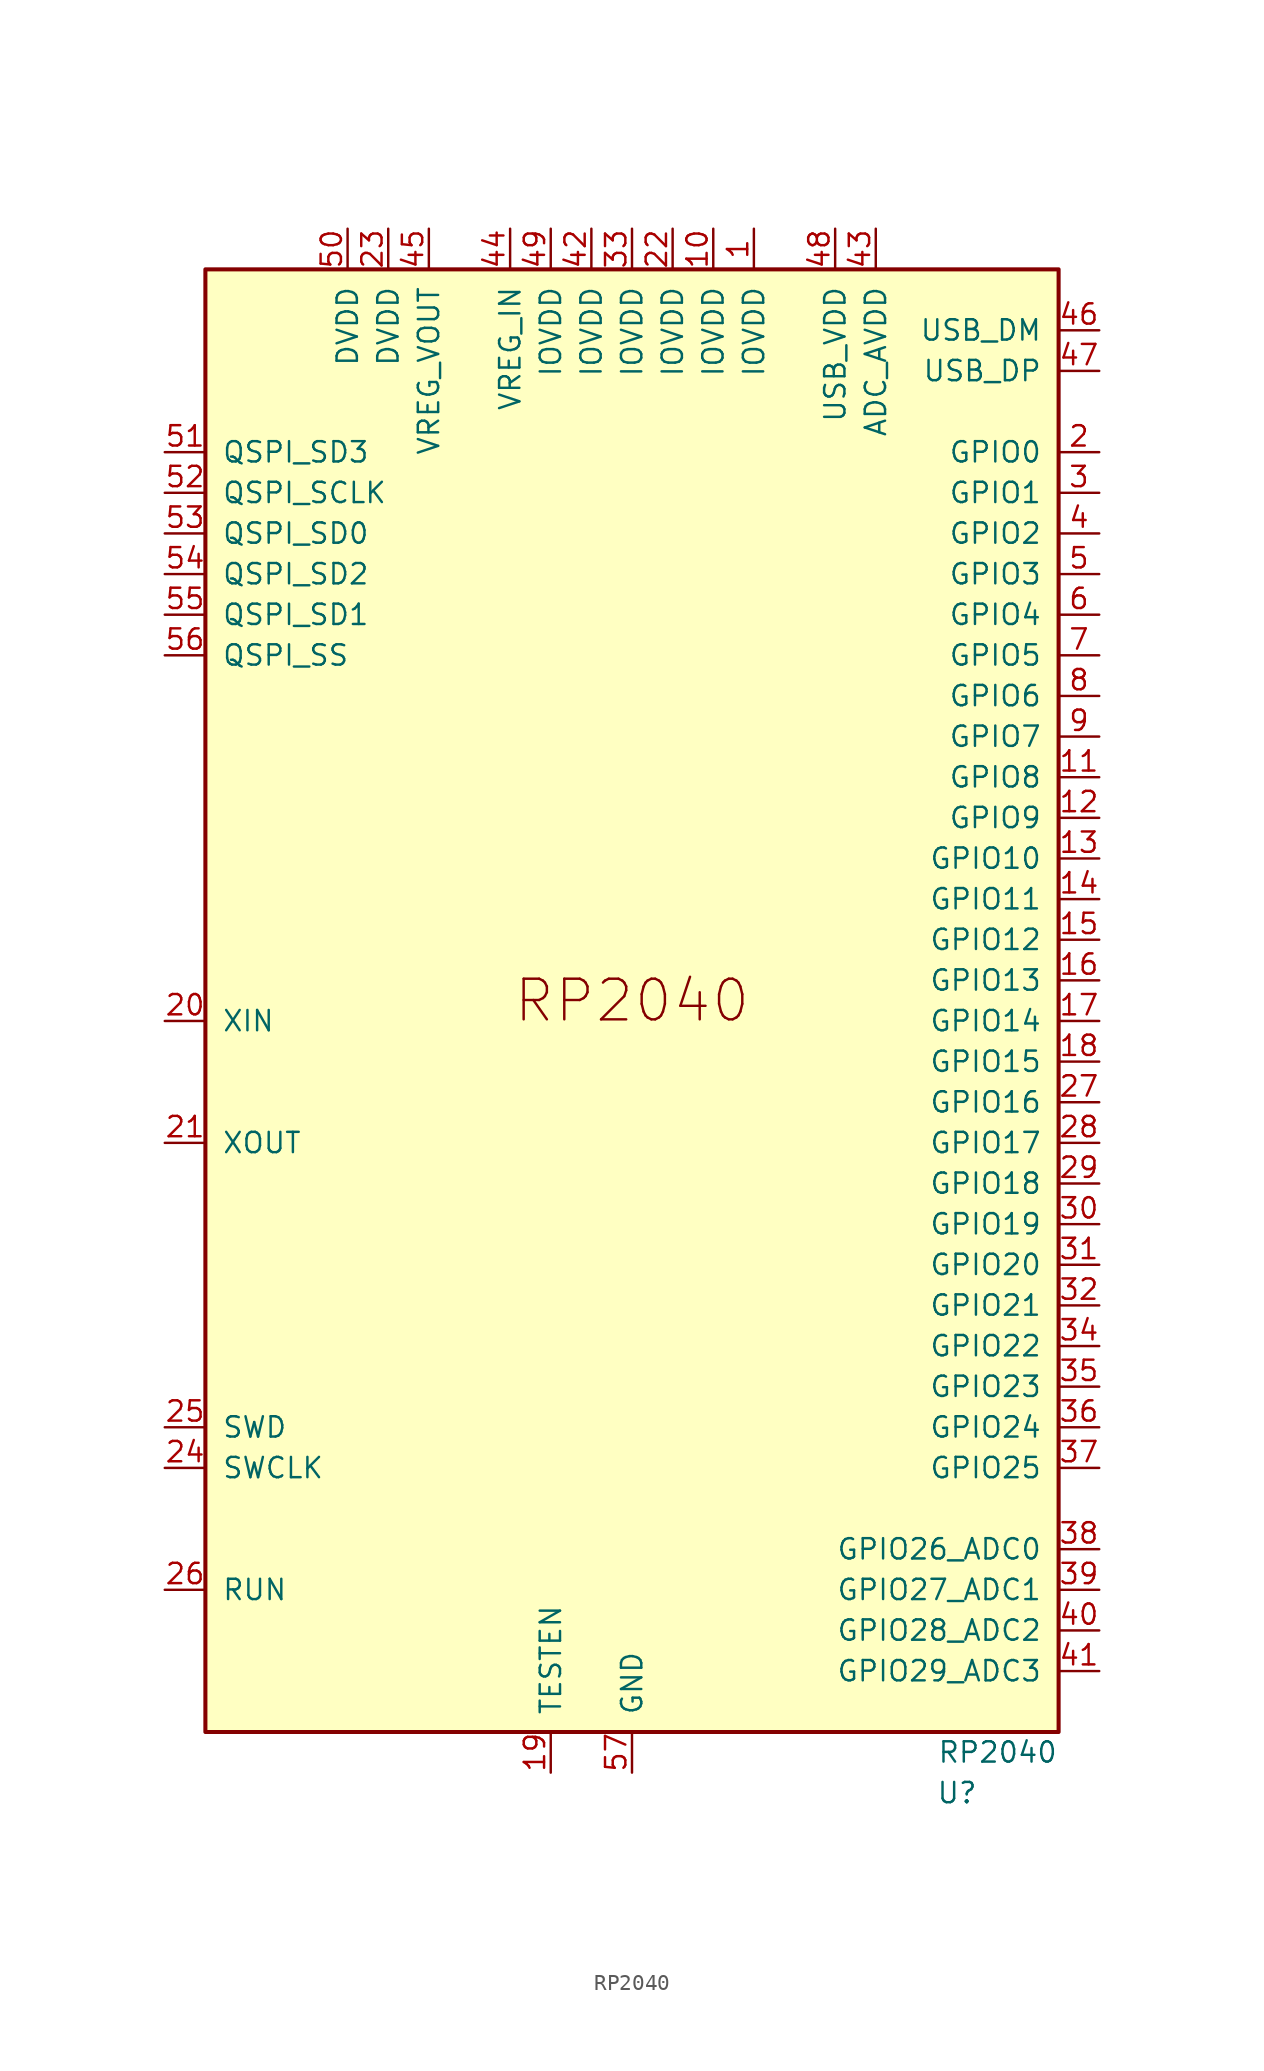
<source format=kicad_sym>
(kicad_symbol_lib
  (version 20211014)
  (generator kicad_symbol_editor)
  (symbol "RP2040"
    (pin_names
      (offset 1.016))
    (property "Reference" "U"
      (at 20.32 -49.53 0)
      (effects (font (size 1.27 1.27))))
    (property "Value" "RP2040"
      (at 22.86 -46.99 0)
      (effects (font (size 1.27 1.27))))
    (symbol "RP2040_0_0"
      (text "RP2040" (at 0 0 0) (effects (font (size 2.54 2.54)))))
    (symbol "RP2040_0_1"
      (rectangle (start -26.67 45.72) (end 26.67 -45.72) (stroke (width 0.254) (type default) (color 0 0 0 0)) (fill (type background))))
    (symbol "RP2040_1_1"
      (pin power_in line (at 7.62 48.26 270) (length 2.54) (name "IOVDD" (effects (font (size 1.27 1.27)))) (number "1" (effects (font (size 1.27 1.27)))))
      (pin power_in line (at 5.08 48.26 270) (length 2.54) (name "IOVDD" (effects (font (size 1.27 1.27)))) (number "10" (effects (font (size 1.27 1.27)))))
      (pin bidirectional line (at 29.21 13.97 180) (length 2.54) (name "GPIO8" (effects (font (size 1.27 1.27)))) (number "11" (effects (font (size 1.27 1.27)))))
      (pin bidirectional line (at 29.21 11.43 180) (length 2.54) (name "GPIO9" (effects (font (size 1.27 1.27)))) (number "12" (effects (font (size 1.27 1.27)))))
      (pin bidirectional line (at 29.21 8.89 180) (length 2.54) (name "GPIO10" (effects (font (size 1.27 1.27)))) (number "13" (effects (font (size 1.27 1.27)))))
      (pin bidirectional line (at 29.21 6.35 180) (length 2.54) (name "GPIO11" (effects (font (size 1.27 1.27)))) (number "14" (effects (font (size 1.27 1.27)))))
      (pin bidirectional line (at 29.21 3.81 180) (length 2.54) (name "GPIO12" (effects (font (size 1.27 1.27)))) (number "15" (effects (font (size 1.27 1.27)))))
      (pin bidirectional line (at 29.21 1.27 180) (length 2.54) (name "GPIO13" (effects (font (size 1.27 1.27)))) (number "16" (effects (font (size 1.27 1.27)))))
      (pin bidirectional line (at 29.21 -1.27 180) (length 2.54) (name "GPIO14" (effects (font (size 1.27 1.27)))) (number "17" (effects (font (size 1.27 1.27)))))
      (pin bidirectional line (at 29.21 -3.81 180) (length 2.54) (name "GPIO15" (effects (font (size 1.27 1.27)))) (number "18" (effects (font (size 1.27 1.27)))))
      (pin passive line (at -5.08 -48.26 90) (length 2.54) (name "TESTEN" (effects (font (size 1.27 1.27)))) (number "19" (effects (font (size 1.27 1.27)))))
      (pin bidirectional line (at 29.21 34.29 180) (length 2.54) (name "GPIO0" (effects (font (size 1.27 1.27)))) (number "2" (effects (font (size 1.27 1.27)))))
      (pin input line (at -29.21 -1.27 0) (length 2.54) (name "XIN" (effects (font (size 1.27 1.27)))) (number "20" (effects (font (size 1.27 1.27)))))
      (pin passive line (at -29.21 -8.89 0) (length 2.54) (name "XOUT" (effects (font (size 1.27 1.27)))) (number "21" (effects (font (size 1.27 1.27)))))
      (pin power_in line (at 2.54 48.26 270) (length 2.54) (name "IOVDD" (effects (font (size 1.27 1.27)))) (number "22" (effects (font (size 1.27 1.27)))))
      (pin power_in line (at -15.24 48.26 270) (length 2.54) (name "DVDD" (effects (font (size 1.27 1.27)))) (number "23" (effects (font (size 1.27 1.27)))))
      (pin output line (at -29.21 -29.21 0) (length 2.54) (name "SWCLK" (effects (font (size 1.27 1.27)))) (number "24" (effects (font (size 1.27 1.27)))))
      (pin bidirectional line (at -29.21 -26.67 0) (length 2.54) (name "SWD" (effects (font (size 1.27 1.27)))) (number "25" (effects (font (size 1.27 1.27)))))
      (pin input line (at -29.21 -36.83 0) (length 2.54) (name "RUN" (effects (font (size 1.27 1.27)))) (number "26" (effects (font (size 1.27 1.27)))))
      (pin bidirectional line (at 29.21 -6.35 180) (length 2.54) (name "GPIO16" (effects (font (size 1.27 1.27)))) (number "27" (effects (font (size 1.27 1.27)))))
      (pin bidirectional line (at 29.21 -8.89 180) (length 2.54) (name "GPIO17" (effects (font (size 1.27 1.27)))) (number "28" (effects (font (size 1.27 1.27)))))
      (pin bidirectional line (at 29.21 -11.43 180) (length 2.54) (name "GPIO18" (effects (font (size 1.27 1.27)))) (number "29" (effects (font (size 1.27 1.27)))))
      (pin bidirectional line (at 29.21 31.75 180) (length 2.54) (name "GPIO1" (effects (font (size 1.27 1.27)))) (number "3" (effects (font (size 1.27 1.27)))))
      (pin bidirectional line (at 29.21 -13.97 180) (length 2.54) (name "GPIO19" (effects (font (size 1.27 1.27)))) (number "30" (effects (font (size 1.27 1.27)))))
      (pin bidirectional line (at 29.21 -16.51 180) (length 2.54) (name "GPIO20" (effects (font (size 1.27 1.27)))) (number "31" (effects (font (size 1.27 1.27)))))
      (pin bidirectional line (at 29.21 -19.05 180) (length 2.54) (name "GPIO21" (effects (font (size 1.27 1.27)))) (number "32" (effects (font (size 1.27 1.27)))))
      (pin power_in line (at 0 48.26 270) (length 2.54) (name "IOVDD" (effects (font (size 1.27 1.27)))) (number "33" (effects (font (size 1.27 1.27)))))
      (pin bidirectional line (at 29.21 -21.59 180) (length 2.54) (name "GPIO22" (effects (font (size 1.27 1.27)))) (number "34" (effects (font (size 1.27 1.27)))))
      (pin bidirectional line (at 29.21 -24.13 180) (length 2.54) (name "GPIO23" (effects (font (size 1.27 1.27)))) (number "35" (effects (font (size 1.27 1.27)))))
      (pin bidirectional line (at 29.21 -26.67 180) (length 2.54) (name "GPIO24" (effects (font (size 1.27 1.27)))) (number "36" (effects (font (size 1.27 1.27)))))
      (pin bidirectional line (at 29.21 -29.21 180) (length 2.54) (name "GPIO25" (effects (font (size 1.27 1.27)))) (number "37" (effects (font (size 1.27 1.27)))))
      (pin bidirectional line (at 29.21 -34.29 180) (length 2.54) (name "GPIO26_ADC0" (effects (font (size 1.27 1.27)))) (number "38" (effects (font (size 1.27 1.27)))))
      (pin bidirectional line (at 29.21 -36.83 180) (length 2.54) (name "GPIO27_ADC1" (effects (font (size 1.27 1.27)))) (number "39" (effects (font (size 1.27 1.27)))))
      (pin bidirectional line (at 29.21 29.21 180) (length 2.54) (name "GPIO2" (effects (font (size 1.27 1.27)))) (number "4" (effects (font (size 1.27 1.27)))))
      (pin bidirectional line (at 29.21 -39.37 180) (length 2.54) (name "GPIO28_ADC2" (effects (font (size 1.27 1.27)))) (number "40" (effects (font (size 1.27 1.27)))))
      (pin bidirectional line (at 29.21 -41.91 180) (length 2.54) (name "GPIO29_ADC3" (effects (font (size 1.27 1.27)))) (number "41" (effects (font (size 1.27 1.27)))))
      (pin power_in line (at -2.54 48.26 270) (length 2.54) (name "IOVDD" (effects (font (size 1.27 1.27)))) (number "42" (effects (font (size 1.27 1.27)))))
      (pin power_in line (at 15.24 48.26 270) (length 2.54) (name "ADC_AVDD" (effects (font (size 1.27 1.27)))) (number "43" (effects (font (size 1.27 1.27)))))
      (pin power_in line (at -7.62 48.26 270) (length 2.54) (name "VREG_IN" (effects (font (size 1.27 1.27)))) (number "44" (effects (font (size 1.27 1.27)))))
      (pin power_out line (at -12.7 48.26 270) (length 2.54) (name "VREG_VOUT" (effects (font (size 1.27 1.27)))) (number "45" (effects (font (size 1.27 1.27)))))
      (pin bidirectional line (at 29.21 41.91 180) (length 2.54) (name "USB_DM" (effects (font (size 1.27 1.27)))) (number "46" (effects (font (size 1.27 1.27)))))
      (pin bidirectional line (at 29.21 39.37 180) (length 2.54) (name "USB_DP" (effects (font (size 1.27 1.27)))) (number "47" (effects (font (size 1.27 1.27)))))
      (pin power_in line (at 12.7 48.26 270) (length 2.54) (name "USB_VDD" (effects (font (size 1.27 1.27)))) (number "48" (effects (font (size 1.27 1.27)))))
      (pin power_in line (at -5.08 48.26 270) (length 2.54) (name "IOVDD" (effects (font (size 1.27 1.27)))) (number "49" (effects (font (size 1.27 1.27)))))
      (pin bidirectional line (at 29.21 26.67 180) (length 2.54) (name "GPIO3" (effects (font (size 1.27 1.27)))) (number "5" (effects (font (size 1.27 1.27)))))
      (pin power_in line (at -17.78 48.26 270) (length 2.54) (name "DVDD" (effects (font (size 1.27 1.27)))) (number "50" (effects (font (size 1.27 1.27)))))
      (pin bidirectional line (at -29.21 34.29 0) (length 2.54) (name "QSPI_SD3" (effects (font (size 1.27 1.27)))) (number "51" (effects (font (size 1.27 1.27)))))
      (pin output line (at -29.21 31.75 0) (length 2.54) (name "QSPI_SCLK" (effects (font (size 1.27 1.27)))) (number "52" (effects (font (size 1.27 1.27)))))
      (pin bidirectional line (at -29.21 29.21 0) (length 2.54) (name "QSPI_SD0" (effects (font (size 1.27 1.27)))) (number "53" (effects (font (size 1.27 1.27)))))
      (pin bidirectional line (at -29.21 26.67 0) (length 2.54) (name "QSPI_SD2" (effects (font (size 1.27 1.27)))) (number "54" (effects (font (size 1.27 1.27)))))
      (pin bidirectional line (at -29.21 24.13 0) (length 2.54) (name "QSPI_SD1" (effects (font (size 1.27 1.27)))) (number "55" (effects (font (size 1.27 1.27)))))
      (pin bidirectional line (at -29.21 21.59 0) (length 2.54) (name "QSPI_SS" (effects (font (size 1.27 1.27)))) (number "56" (effects (font (size 1.27 1.27)))))
      (pin power_in line (at 0 -48.26 90) (length 2.54) (name "GND" (effects (font (size 1.27 1.27)))) (number "57" (effects (font (size 1.27 1.27)))))
      (pin bidirectional line (at 29.21 24.13 180) (length 2.54) (name "GPIO4" (effects (font (size 1.27 1.27)))) (number "6" (effects (font (size 1.27 1.27)))))
      (pin bidirectional line (at 29.21 21.59 180) (length 2.54) (name "GPIO5" (effects (font (size 1.27 1.27)))) (number "7" (effects (font (size 1.27 1.27)))))
      (pin bidirectional line (at 29.21 19.05 180) (length 2.54) (name "GPIO6" (effects (font (size 1.27 1.27)))) (number "8" (effects (font (size 1.27 1.27)))))
      (pin bidirectional line (at 29.21 16.51 180) (length 2.54) (name "GPIO7" (effects (font (size 1.27 1.27)))) (number "9" (effects (font (size 1.27 1.27))))))))
</source>
